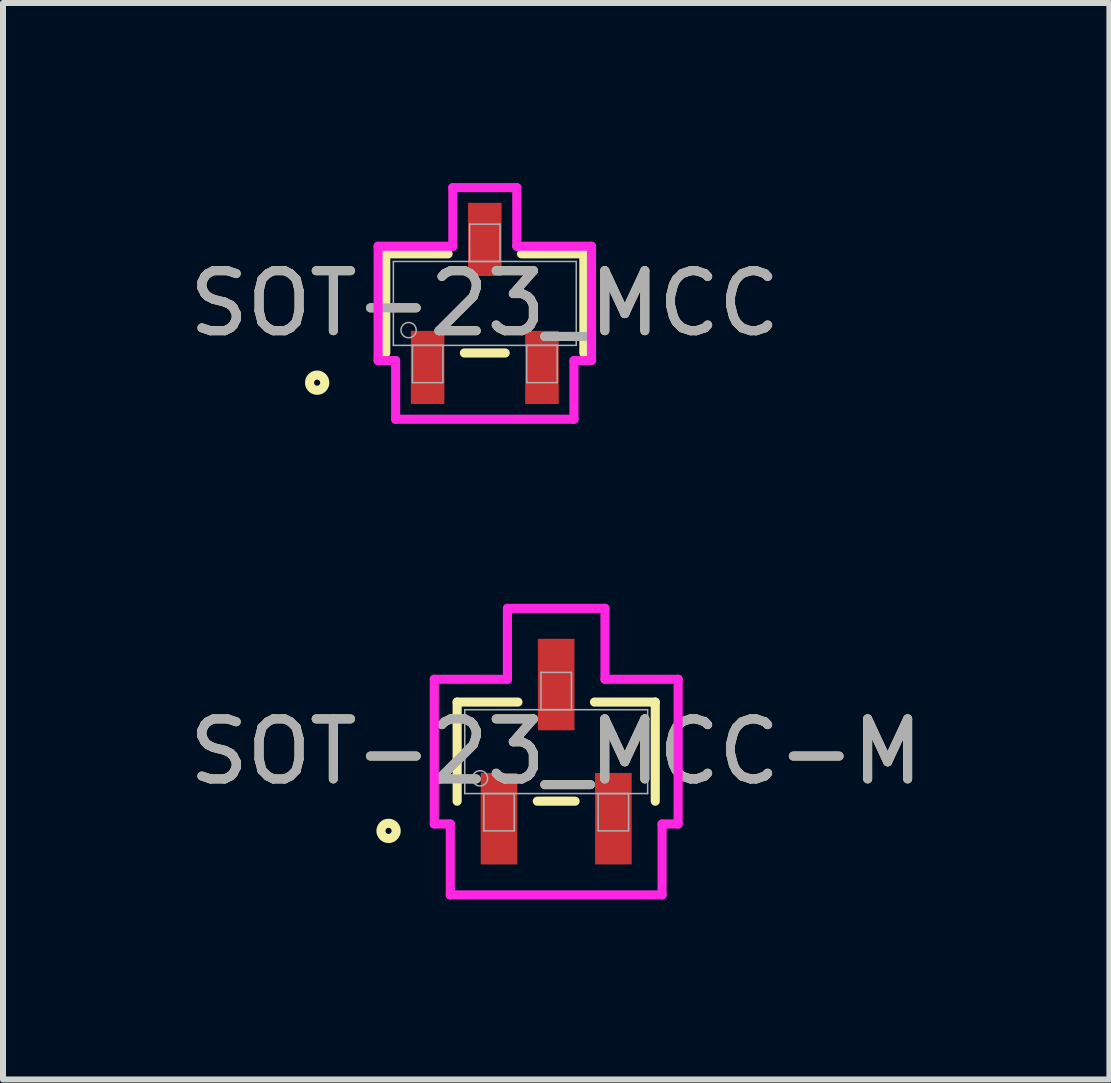
<source format=kicad_pcb>
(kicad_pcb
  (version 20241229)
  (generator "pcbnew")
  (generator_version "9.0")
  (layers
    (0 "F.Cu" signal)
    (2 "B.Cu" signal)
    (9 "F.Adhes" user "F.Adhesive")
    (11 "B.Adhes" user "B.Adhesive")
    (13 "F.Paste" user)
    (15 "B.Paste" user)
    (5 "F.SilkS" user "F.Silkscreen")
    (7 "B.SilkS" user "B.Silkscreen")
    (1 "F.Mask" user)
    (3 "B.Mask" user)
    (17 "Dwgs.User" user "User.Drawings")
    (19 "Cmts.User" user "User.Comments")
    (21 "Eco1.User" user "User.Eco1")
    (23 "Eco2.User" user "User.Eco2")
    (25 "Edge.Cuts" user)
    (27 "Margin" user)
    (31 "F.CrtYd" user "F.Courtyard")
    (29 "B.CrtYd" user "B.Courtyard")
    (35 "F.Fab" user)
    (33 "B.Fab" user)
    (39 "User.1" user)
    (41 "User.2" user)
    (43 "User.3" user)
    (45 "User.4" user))
  (footprint "SOT-23_MCC-M"
    (layer "F.Cu")
    (at 6.22 9.477)
    (property "Reference" "SOT-23_MCC-M" (at 0 0 0) (unlocked yes) (layer "F.SilkS") (effects (font (size 1 1) (thickness 0.15))))
    (attr smd)
    (fp_line (start -1.651 -0.826) (end -1.651 0.826) (stroke (width 0.152) (type solid)) (layer "F.SilkS"))
    (fp_line (start -0.638 -0.826) (end -1.651 -0.826) (stroke (width 0.152) (type solid)) (layer "F.SilkS"))
    (fp_line (start -0.315 0.826) (end 0.315 0.826) (stroke (width 0.152) (type solid)) (layer "F.SilkS"))
    (fp_line (start 1.651 -0.826) (end 0.638 -0.826) (stroke (width 0.152) (type solid)) (layer "F.SilkS"))
    (fp_line (start 1.651 0.826) (end 1.651 -0.826) (stroke (width 0.152) (type solid)) (layer "F.SilkS"))
    (fp_circle (center -2.794 1.321) (end -2.667 1.321) (stroke (width 0.152) (type solid)) (fill no) (layer "F.SilkS"))
    (fp_line (start -2.032 -1.206) (end -0.813 -1.206) (stroke (width 0.152) (type solid)) (layer "F.CrtYd"))
    (fp_line (start -2.032 1.206) (end -2.032 -1.206) (stroke (width 0.152) (type solid)) (layer "F.CrtYd"))
    (fp_line (start -2.032 1.206) (end -1.765 1.206) (stroke (width 0.152) (type solid)) (layer "F.CrtYd"))
    (fp_line (start -1.765 1.206) (end -1.765 2.388) (stroke (width 0.152) (type solid)) (layer "F.CrtYd"))
    (fp_line (start -1.765 2.388) (end 1.765 2.388) (stroke (width 0.152) (type solid)) (layer "F.CrtYd"))
    (fp_line (start -0.813 -2.388) (end 0.813 -2.388) (stroke (width 0.152) (type solid)) (layer "F.CrtYd"))
    (fp_line (start -0.813 -1.206) (end -0.813 -2.388) (stroke (width 0.152) (type solid)) (layer "F.CrtYd"))
    (fp_line (start 0.813 -1.206) (end 0.813 -2.388) (stroke (width 0.152) (type solid)) (layer "F.CrtYd"))
    (fp_line (start 1.765 1.206) (end 1.765 2.388) (stroke (width 0.152) (type solid)) (layer "F.CrtYd"))
    (fp_line (start 2.032 -1.206) (end 0.813 -1.206) (stroke (width 0.152) (type solid)) (layer "F.CrtYd"))
    (fp_line (start 2.032 -1.206) (end 2.032 1.206) (stroke (width 0.152) (type solid)) (layer "F.CrtYd"))
    (fp_line (start 2.032 1.206) (end 1.765 1.206) (stroke (width 0.152) (type solid)) (layer "F.CrtYd"))
    (fp_line (start -1.524 -0.699) (end -1.524 0.699) (stroke (width 0.025) (type solid)) (layer "F.Fab"))
    (fp_line (start -1.524 0.699) (end 1.524 0.699) (stroke (width 0.025) (type solid)) (layer "F.Fab"))
    (fp_line (start -1.206 0.699) (end -1.206 1.321) (stroke (width 0.025) (type solid)) (layer "F.Fab"))
    (fp_line (start -1.206 1.321) (end -0.699 1.321) (stroke (width 0.025) (type solid)) (layer "F.Fab"))
    (fp_line (start -0.699 0.699) (end -1.206 0.699) (stroke (width 0.025) (type solid)) (layer "F.Fab"))
    (fp_line (start -0.699 1.321) (end -0.699 0.699) (stroke (width 0.025) (type solid)) (layer "F.Fab"))
    (fp_line (start -0.254 -1.321) (end -0.254 -0.699) (stroke (width 0.025) (type solid)) (layer "F.Fab"))
    (fp_line (start -0.254 -0.699) (end 0.254 -0.699) (stroke (width 0.025) (type solid)) (layer "F.Fab"))
    (fp_line (start 0.254 -1.321) (end -0.254 -1.321) (stroke (width 0.025) (type solid)) (layer "F.Fab"))
    (fp_line (start 0.254 -0.699) (end 0.254 -1.321) (stroke (width 0.025) (type solid)) (layer "F.Fab"))
    (fp_line (start 0.699 0.699) (end 0.699 1.321) (stroke (width 0.025) (type solid)) (layer "F.Fab"))
    (fp_line (start 0.699 1.321) (end 1.206 1.321) (stroke (width 0.025) (type solid)) (layer "F.Fab"))
    (fp_line (start 1.206 0.699) (end 0.699 0.699) (stroke (width 0.025) (type solid)) (layer "F.Fab"))
    (fp_line (start 1.206 1.321) (end 1.206 0.699) (stroke (width 0.025) (type solid)) (layer "F.Fab"))
    (fp_line (start 1.524 -0.699) (end -1.524 -0.699) (stroke (width 0.025) (type solid)) (layer "F.Fab"))
    (fp_line (start 1.524 0.699) (end 1.524 -0.699) (stroke (width 0.025) (type solid)) (layer "F.Fab"))
    (fp_circle (center -1.27 0.445) (end -1.143 0.445) (stroke (width 0.025) (type solid)) (fill no) (layer "F.Fab"))
    (fp_text user "${REFERENCE}" (at 0 0 0) (unlocked yes) (layer "F.Fab") (effects (font (size 1 1) (thickness 0.15))))
    (pad "1" smd rect (at -0.953 1.118) (size 0.61 1.524) (layers "F.Cu" "F.Mask" "F.Paste"))
    (pad "2" smd rect (at 0.953 1.118) (size 0.61 1.524) (layers "F.Cu" "F.Mask" "F.Paste"))
    (pad "3" smd rect (at 0 -1.118) (size 0.61 1.524) (layers "F.Cu" "F.Mask" "F.Paste")))
  (footprint "SOT-23_MCC"
    (layer "F.Cu")
    (at 5.03 2.007)
    (property "Reference" "SOT-23_MCC" (at 0 0 0) (unlocked yes) (layer "F.SilkS") (effects (font (size 1 1) (thickness 0.15))))
    (attr smd)
    (fp_line (start -1.651 -0.826) (end -1.651 0.826) (stroke (width 0.152) (type solid)) (layer "F.SilkS"))
    (fp_line (start -0.612 -0.826) (end -1.651 -0.826) (stroke (width 0.152) (type solid)) (layer "F.SilkS"))
    (fp_line (start -0.34 0.826) (end 0.34 0.826) (stroke (width 0.152) (type solid)) (layer "F.SilkS"))
    (fp_line (start 1.651 -0.826) (end 0.612 -0.826) (stroke (width 0.152) (type solid)) (layer "F.SilkS"))
    (fp_line (start 1.651 0.826) (end 1.651 -0.826) (stroke (width 0.152) (type solid)) (layer "F.SilkS"))
    (fp_circle (center -2.794 1.321) (end -2.667 1.321) (stroke (width 0.152) (type solid)) (fill no) (layer "F.SilkS"))
    (fp_line (start -1.778 -0.953) (end -0.533 -0.953) (stroke (width 0.152) (type solid)) (layer "F.CrtYd"))
    (fp_line (start -1.778 0.953) (end -1.778 -0.953) (stroke (width 0.152) (type solid)) (layer "F.CrtYd"))
    (fp_line (start -1.778 0.953) (end -1.486 0.953) (stroke (width 0.152) (type solid)) (layer "F.CrtYd"))
    (fp_line (start -1.486 0.953) (end -1.486 1.93) (stroke (width 0.152) (type solid)) (layer "F.CrtYd"))
    (fp_line (start -1.486 1.93) (end 1.486 1.93) (stroke (width 0.152) (type solid)) (layer "F.CrtYd"))
    (fp_line (start -0.533 -1.93) (end 0.533 -1.93) (stroke (width 0.152) (type solid)) (layer "F.CrtYd"))
    (fp_line (start -0.533 -0.953) (end -0.533 -1.93) (stroke (width 0.152) (type solid)) (layer "F.CrtYd"))
    (fp_line (start 0.533 -0.953) (end 0.533 -1.93) (stroke (width 0.152) (type solid)) (layer "F.CrtYd"))
    (fp_line (start 1.486 0.953) (end 1.486 1.93) (stroke (width 0.152) (type solid)) (layer "F.CrtYd"))
    (fp_line (start 1.778 -0.953) (end 0.533 -0.953) (stroke (width 0.152) (type solid)) (layer "F.CrtYd"))
    (fp_line (start 1.778 -0.953) (end 1.778 0.953) (stroke (width 0.152) (type solid)) (layer "F.CrtYd"))
    (fp_line (start 1.778 0.953) (end 1.486 0.953) (stroke (width 0.152) (type solid)) (layer "F.CrtYd"))
    (fp_line (start -1.524 -0.699) (end -1.524 0.699) (stroke (width 0.025) (type solid)) (layer "F.Fab"))
    (fp_line (start -1.524 0.699) (end 1.524 0.699) (stroke (width 0.025) (type solid)) (layer "F.Fab"))
    (fp_line (start -1.206 0.699) (end -1.206 1.321) (stroke (width 0.025) (type solid)) (layer "F.Fab"))
    (fp_line (start -1.206 1.321) (end -0.699 1.321) (stroke (width 0.025) (type solid)) (layer "F.Fab"))
    (fp_line (start -0.699 0.699) (end -1.206 0.699) (stroke (width 0.025) (type solid)) (layer "F.Fab"))
    (fp_line (start -0.699 1.321) (end -0.699 0.699) (stroke (width 0.025) (type solid)) (layer "F.Fab"))
    (fp_line (start -0.254 -1.321) (end -0.254 -0.699) (stroke (width 0.025) (type solid)) (layer "F.Fab"))
    (fp_line (start -0.254 -0.699) (end 0.254 -0.699) (stroke (width 0.025) (type solid)) (layer "F.Fab"))
    (fp_line (start 0.254 -1.321) (end -0.254 -1.321) (stroke (width 0.025) (type solid)) (layer "F.Fab"))
    (fp_line (start 0.254 -0.699) (end 0.254 -1.321) (stroke (width 0.025) (type solid)) (layer "F.Fab"))
    (fp_line (start 0.699 0.699) (end 0.699 1.321) (stroke (width 0.025) (type solid)) (layer "F.Fab"))
    (fp_line (start 0.699 1.321) (end 1.206 1.321) (stroke (width 0.025) (type solid)) (layer "F.Fab"))
    (fp_line (start 1.206 0.699) (end 0.699 0.699) (stroke (width 0.025) (type solid)) (layer "F.Fab"))
    (fp_line (start 1.206 1.321) (end 1.206 0.699) (stroke (width 0.025) (type solid)) (layer "F.Fab"))
    (fp_line (start 1.524 -0.699) (end -1.524 -0.699) (stroke (width 0.025) (type solid)) (layer "F.Fab"))
    (fp_line (start 1.524 0.699) (end 1.524 -0.699) (stroke (width 0.025) (type solid)) (layer "F.Fab"))
    (fp_circle (center -1.27 0.445) (end -1.143 0.445) (stroke (width 0.025) (type solid)) (fill no) (layer "F.Fab"))
    (fp_text user "${REFERENCE}" (at 0 0 0) (unlocked yes) (layer "F.Fab") (effects (font (size 1 1) (thickness 0.15))))
    (pad "1" smd rect (at -0.953 1.067) (size 0.559 1.219) (layers "F.Cu" "F.Mask" "F.Paste"))
    (pad "2" smd rect (at 0.953 1.067) (size 0.559 1.219) (layers "F.Cu" "F.Mask" "F.Paste"))
    (pad "3" smd rect (at 0 -1.067) (size 0.559 1.219) (layers "F.Cu" "F.Mask" "F.Paste")))
  (gr_rect
    (start -3 -3)
    (end 15.44 14.941)
    (stroke (width 0.1) (type default))
    (fill no)
    (layer "Edge.Cuts")))
</source>
